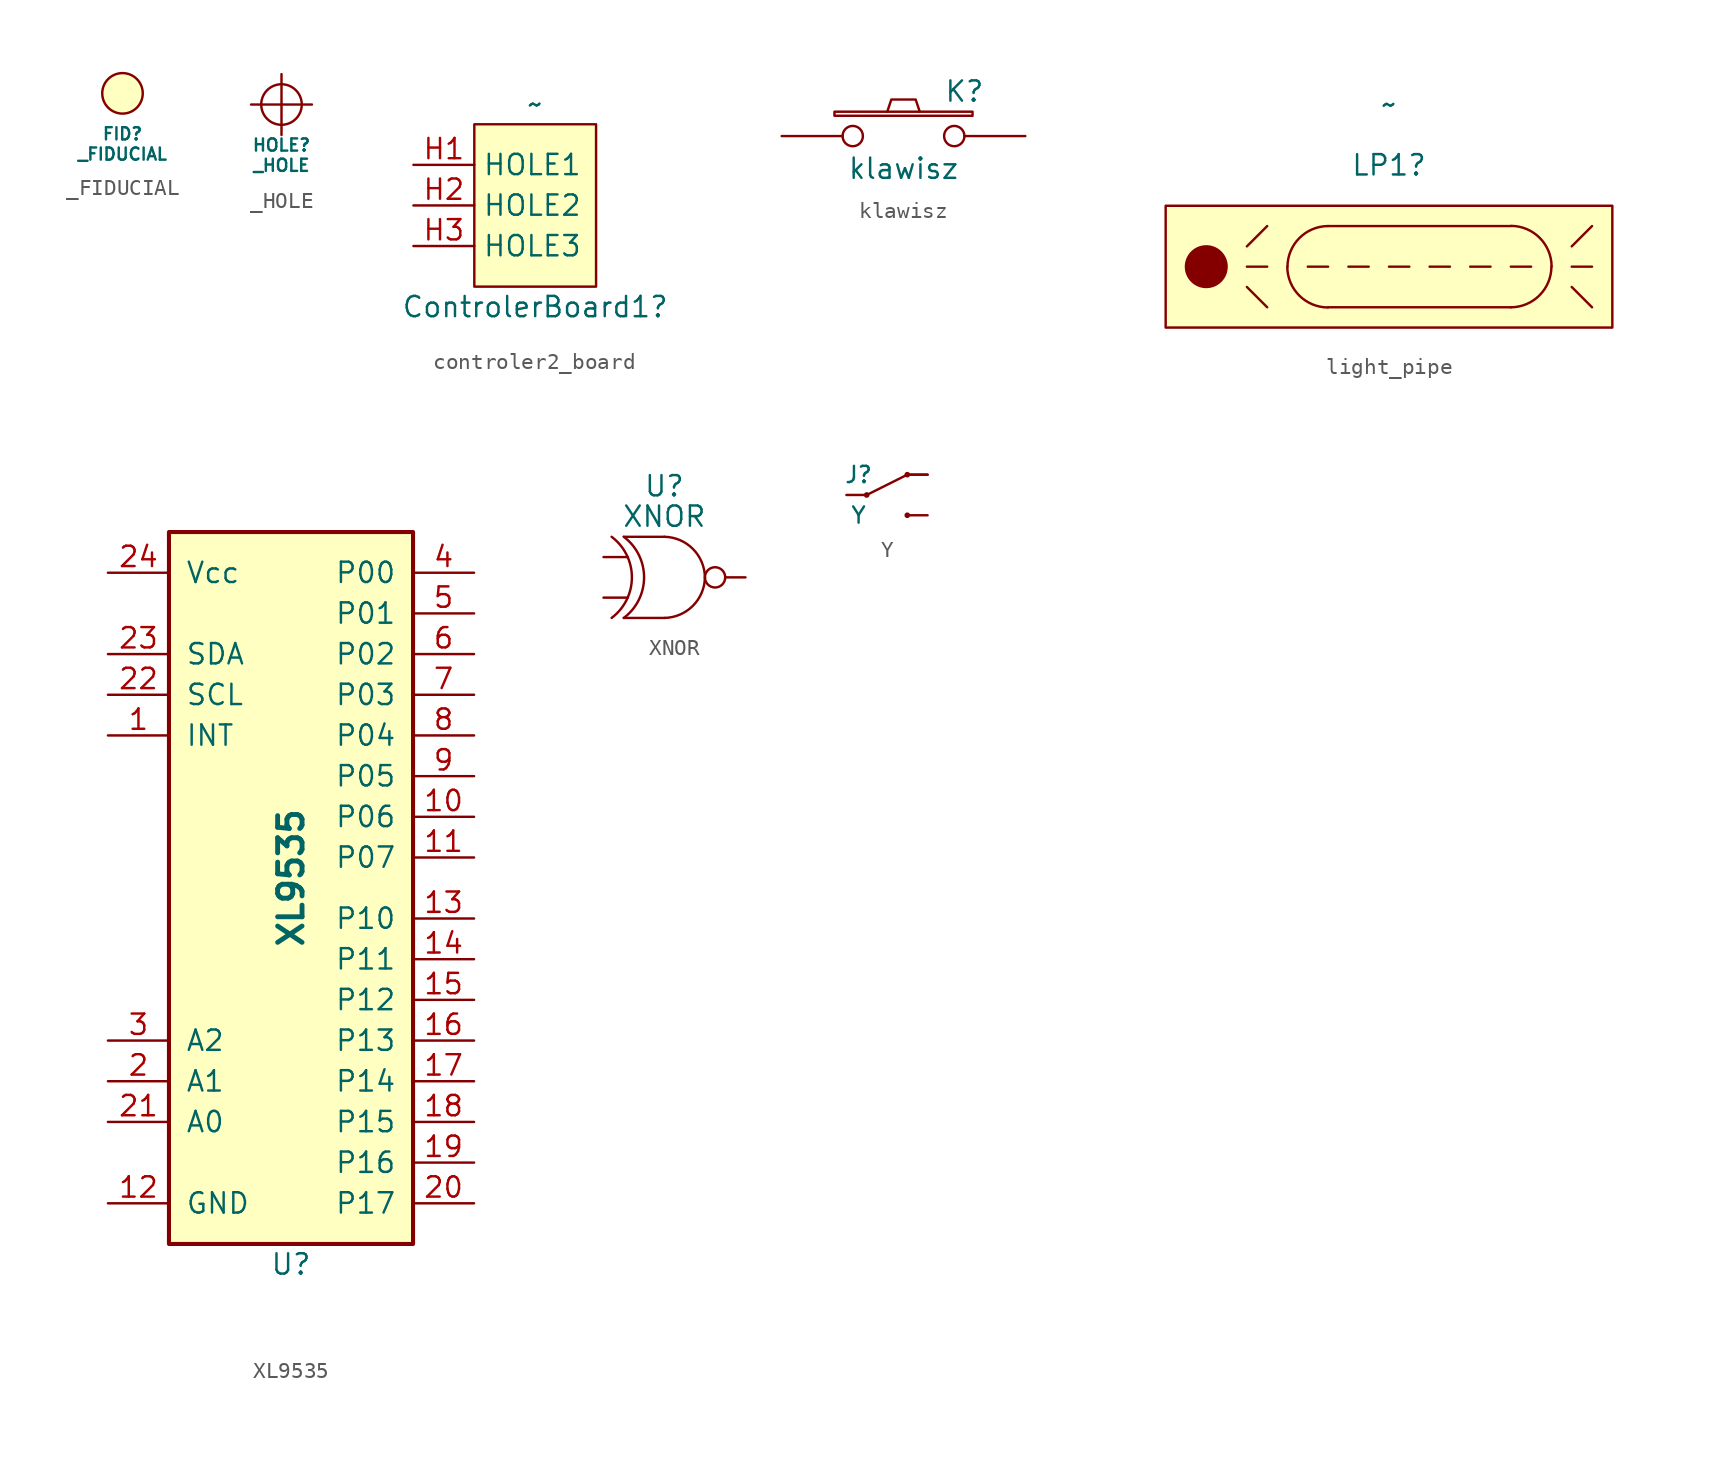
<source format=kicad_sym>
(kicad_symbol_lib
  (version 20231120)
  (generator "kicad_symbol_editor")
  (generator_version "8.0")
  (symbol "_FIDUCIAL"
    (pin_names
      (offset 1.016))
    (property "Reference" "FID"
      (at 0 -2.54 0)
      (effects (font (size 0.762 0.762))))
    (property "Value" "_FIDUCIAL"
      (at 0 -3.81 0)
      (effects (font (size 0.762 0.762))))
    (property "Datasheet" ""
      (at 0 0 0)
      (effects (font (size 1.524 1.524))))
    (symbol "_FIDUCIAL_0_1"
      (circle (center 0 0) (radius 1.27) (stroke (width 0) (type default)) (fill (type background)))))
  (symbol "_HOLE"
    (pin_names
      (offset 1.016))
    (property "Reference" "HOLE"
      (at 0 -2.54 0)
      (effects (font (size 0.762 0.762))))
    (property "Value" "_HOLE"
      (at 0 -3.81 0)
      (effects (font (size 0.762 0.762))))
    (property "Footprint" ""
      (at 0 0 0)
      (effects (font (size 1.524 1.524))))
    (property "Datasheet" ""
      (at 0 0 0)
      (effects (font (size 1.524 1.524))))
    (symbol "_HOLE_0_1"
      (polyline (pts (xy -1.905 0) (xy 1.905 0)) (stroke (width 0) (type default)) (fill (type none)))
      (polyline (pts (xy 0 -1.905) (xy 0 1.905)) (stroke (width 0) (type default)) (fill (type none)))
      (circle (center 0 0) (radius 1.27) (stroke (width 0) (type default)) (fill (type none)))))
  (symbol "controler2_board"
    (property "Reference" "ControlerBoard1"
      (at 0 -6.35 0)
      (effects (font (size 1.27 1.27))))
    (property "Value" "~"
      (at 0 6.35 0)
      (effects (font (size 1.27 1.27))))
    (symbol "controler2_board_1_1"
      (rectangle (start -3.81 5.08) (end 3.81 -5.08) (stroke (width 0) (type default)) (fill (type background)))
      (pin passive line (at -7.62 2.54 0) (length 3.81) (name "HOLE1" (effects (font (size 1.27 1.27)))) (number "H1" (effects (font (size 1.27 1.27)))))
      (pin passive line (at -7.62 0 0) (length 3.81) (name "HOLE2" (effects (font (size 1.27 1.27)))) (number "H2" (effects (font (size 1.27 1.27)))))
      (pin passive line (at -7.62 -2.54 0) (length 3.81) (name "HOLE3" (effects (font (size 1.27 1.27)))) (number "H3" (effects (font (size 1.27 1.27)))))))
  (symbol "klawisz"
    (pin_numbers hide)
    (pin_names
      (offset 1.016) hide)
    (property "Reference" "K"
      (at 3.81 2.794 0)
      (effects (font (size 1.27 1.27))))
    (property "Value" "klawisz"
      (at 0 -2.032 0)
      (effects (font (size 1.27 1.27))))
    (property "Footprint" ""
      (at 0 0 0)
      (effects (font (size 1.524 1.524))))
    (property "Datasheet" ""
      (at 0 0 0)
      (effects (font (size 1.524 1.524))))
    (symbol "klawisz_0_1"
      (rectangle (start -4.318 1.27) (end 4.318 1.524) (stroke (width 0) (type default)) (fill (type none)))
      (polyline (pts (xy -1.016 1.524) (xy -0.762 2.286) (xy 0.762 2.286) (xy 1.016 1.524)) (stroke (width 0) (type default)) (fill (type none)))
      (pin passive inverted (at -7.62 0 0) (length 5.08) (name "1" (effects (font (size 1.524 1.524)))) (number "1" (effects (font (size 1.524 1.524)))))
      (pin passive inverted (at 7.62 0 180) (length 5.08) (name "2" (effects (font (size 1.524 1.524)))) (number "2" (effects (font (size 1.524 1.524)))))))
  (symbol "light_pipe"
    (property "Reference" "LP1"
      (at 0 6.35 0)
      (effects (font (size 1.27 1.27))))
    (property "Value" "~"
      (at 0 10.16 0)
      (effects (font (size 1.27 1.27))))
    (symbol "light_pipe_0_1"
      (arc (start -6.362 -0.012) (mid -5.6146 -1.8046) (end -3.822 -2.552) (stroke (width 0) (type default)) (fill (type none)))
      (arc (start -3.81 2.54) (mid -5.6026 1.7926) (end -6.35 0) (stroke (width 0) (type default)) (fill (type none)))
      (polyline (pts (xy -8.89 -1.27) (xy -7.62 -2.54)) (stroke (width 0) (type default)) (fill (type none)))
      (polyline (pts (xy -8.89 0) (xy -7.62 0)) (stroke (width 0) (type default)) (fill (type none)))
      (polyline (pts (xy -8.89 1.27) (xy -7.62 2.54)) (stroke (width 0) (type default)) (fill (type none)))
      (polyline (pts (xy -5.08 0) (xy -3.81 0)) (stroke (width 0) (type default)) (fill (type none)))
      (polyline (pts (xy -3.81 2.54) (xy 7.62 2.54)) (stroke (width 0) (type default)) (fill (type none)))
      (polyline (pts (xy -2.54 0) (xy -1.27 0)) (stroke (width 0) (type default)) (fill (type none)))
      (polyline (pts (xy 0 0) (xy 1.27 0)) (stroke (width 0) (type default)) (fill (type none)))
      (polyline (pts (xy 2.54 0) (xy 3.81 0)) (stroke (width 0) (type default)) (fill (type none)))
      (polyline (pts (xy 5.08 0) (xy 6.35 0)) (stroke (width 0) (type default)) (fill (type none)))
      (polyline (pts (xy 7.62 -2.54) (xy -3.81 -2.54)) (stroke (width 0) (type default)) (fill (type none)))
      (polyline (pts (xy 7.62 0) (xy 8.89 0)) (stroke (width 0) (type default)) (fill (type none)))
      (polyline (pts (xy 11.43 -1.27) (xy 12.7 -2.54)) (stroke (width 0) (type default)) (fill (type none)))
      (polyline (pts (xy 11.43 0) (xy 12.7 0)) (stroke (width 0) (type default)) (fill (type none)))
      (polyline (pts (xy 11.43 1.27) (xy 12.7 2.54)) (stroke (width 0) (type default)) (fill (type none)))
      (arc (start 7.62 -2.54) (mid 9.4126 -1.7926) (end 10.16 0) (stroke (width 0) (type default)) (fill (type none)))
      (arc (start 10.172 0.012) (mid 9.4246 1.8046) (end 7.632 2.552) (stroke (width 0) (type default)) (fill (type none))))
    (symbol "light_pipe_1_1"
      (rectangle (start -13.97 3.81) (end 13.97 -3.81) (stroke (width 0) (type default)) (fill (type background)))
      (circle (center -11.43 0) (radius 1.27) (stroke (width 0) (type default)) (fill (type outline)))))
  (symbol "XL9535"
    (pin_names
      (offset 1.016))
    (property "Reference" "U"
      (at 0 -24.13 0)
      (effects (font (size 1.27 1.27))))
    (property "Value" "XL9535"
      (at 0 0 90)
      (effects (font (size 1.524 1.524) (bold yes))))
    (symbol "XL9535_0_1"
      (rectangle (start -7.62 21.59) (end 7.62 -22.86) (stroke (width 0.254) (type default)) (fill (type background))))
    (symbol "XL9535_1_1"
      (pin passive line (at -11.43 8.89 0) (length 3.81) (name "INT" (effects (font (size 1.27 1.27)))) (number "1" (effects (font (size 1.27 1.27)))))
      (pin passive line (at 11.43 3.81 180) (length 3.81) (name "P06" (effects (font (size 1.27 1.27)))) (number "10" (effects (font (size 1.27 1.27)))))
      (pin passive line (at 11.43 1.27 180) (length 3.81) (name "P07" (effects (font (size 1.27 1.27)))) (number "11" (effects (font (size 1.27 1.27)))))
      (pin passive line (at -11.43 -20.32 0) (length 3.81) (name "GND" (effects (font (size 1.27 1.27)))) (number "12" (effects (font (size 1.27 1.27)))))
      (pin passive line (at 11.43 -2.54 180) (length 3.81) (name "P10" (effects (font (size 1.27 1.27)))) (number "13" (effects (font (size 1.27 1.27)))))
      (pin passive line (at 11.43 -5.08 180) (length 3.81) (name "P11" (effects (font (size 1.27 1.27)))) (number "14" (effects (font (size 1.27 1.27)))))
      (pin passive line (at 11.43 -7.62 180) (length 3.81) (name "P12" (effects (font (size 1.27 1.27)))) (number "15" (effects (font (size 1.27 1.27)))))
      (pin passive line (at 11.43 -10.16 180) (length 3.81) (name "P13" (effects (font (size 1.27 1.27)))) (number "16" (effects (font (size 1.27 1.27)))))
      (pin passive line (at 11.43 -12.7 180) (length 3.81) (name "P14" (effects (font (size 1.27 1.27)))) (number "17" (effects (font (size 1.27 1.27)))))
      (pin passive line (at 11.43 -15.24 180) (length 3.81) (name "P15" (effects (font (size 1.27 1.27)))) (number "18" (effects (font (size 1.27 1.27)))))
      (pin passive line (at 11.43 -17.78 180) (length 3.81) (name "P16" (effects (font (size 1.27 1.27)))) (number "19" (effects (font (size 1.27 1.27)))))
      (pin passive line (at -11.43 -12.7 0) (length 3.81) (name "A1" (effects (font (size 1.27 1.27)))) (number "2" (effects (font (size 1.27 1.27)))))
      (pin passive line (at 11.43 -20.32 180) (length 3.81) (name "P17" (effects (font (size 1.27 1.27)))) (number "20" (effects (font (size 1.27 1.27)))))
      (pin passive line (at -11.43 -15.24 0) (length 3.81) (name "A0" (effects (font (size 1.27 1.27)))) (number "21" (effects (font (size 1.27 1.27)))))
      (pin passive line (at -11.43 11.43 0) (length 3.81) (name "SCL" (effects (font (size 1.27 1.27)))) (number "22" (effects (font (size 1.27 1.27)))))
      (pin passive line (at -11.43 13.97 0) (length 3.81) (name "SDA" (effects (font (size 1.27 1.27)))) (number "23" (effects (font (size 1.27 1.27)))))
      (pin passive line (at -11.43 19.05 0) (length 3.81) (name "Vcc" (effects (font (size 1.27 1.27)))) (number "24" (effects (font (size 1.27 1.27)))))
      (pin passive line (at -11.43 -10.16 0) (length 3.81) (name "A2" (effects (font (size 1.27 1.27)))) (number "3" (effects (font (size 1.27 1.27)))))
      (pin passive line (at 11.43 19.05 180) (length 3.81) (name "P00" (effects (font (size 1.27 1.27)))) (number "4" (effects (font (size 1.27 1.27)))))
      (pin passive line (at 11.43 16.51 180) (length 3.81) (name "P01" (effects (font (size 1.27 1.27)))) (number "5" (effects (font (size 1.27 1.27)))))
      (pin passive line (at 11.43 13.97 180) (length 3.81) (name "P02" (effects (font (size 1.27 1.27)))) (number "6" (effects (font (size 1.27 1.27)))))
      (pin passive line (at 11.43 11.43 180) (length 3.81) (name "P03" (effects (font (size 1.27 1.27)))) (number "7" (effects (font (size 1.27 1.27)))))
      (pin passive line (at 11.43 8.89 180) (length 3.81) (name "P04" (effects (font (size 1.27 1.27)))) (number "8" (effects (font (size 1.27 1.27)))))
      (pin passive line (at 11.43 6.35 180) (length 3.81) (name "P05" (effects (font (size 1.27 1.27)))) (number "9" (effects (font (size 1.27 1.27)))))))
  (symbol "XNOR"
    (pin_numbers hide)
    (pin_names
      (offset 0) hide)
    (property "Reference" "U"
      (at 0 5.715 0)
      (effects (font (size 1.27 1.27))))
    (property "Value" "XNOR"
      (at 0 3.81 0)
      (effects (font (size 1.27 1.27))))
    (property "Footprint" ""
      (at 0 0 0)
      (effects (font (size 1.524 1.524))))
    (property "Datasheet" ""
      (at 0 0 0)
      (effects (font (size 1.524 1.524))))
    (symbol "XNOR_0_0"
      (arc (start -3.302 -2.54) (mid -2.032 0) (end -3.302 2.54) (stroke (width 0) (type default)) (fill (type none)))
      (arc (start -2.54 -2.54) (mid -1.27 0) (end -2.54 2.54) (stroke (width 0) (type default)) (fill (type none)))
      (arc (start 0 -2.54) (mid 1.7834 -1.7834) (end 2.54 0) (stroke (width 0) (type default)) (fill (type none)))
      (polyline (pts (xy -2.54 -2.54) (xy 0 -2.54)) (stroke (width 0) (type default)) (fill (type none)))
      (polyline (pts (xy 0 2.54) (xy -2.54 2.54)) (stroke (width 0) (type default)) (fill (type none)))
      (arc (start 2.54 0) (mid 1.7834 1.7834) (end 0 2.54) (stroke (width 0) (type default)) (fill (type none))))
    (symbol "XNOR_0_1"
      (circle (center 3.175 0) (radius 0.635) (stroke (width 0) (type default)) (fill (type none))))
    (symbol "XNOR_1_1"
      (pin input line (at -3.81 -1.27 0) (length 1.524) (name "~" (effects (font (size 1.27 1.27)))) (number "~" (effects (font (size 1.27 1.27)))))
      (pin input line (at -3.81 1.27 0) (length 1.524) (name "~" (effects (font (size 1.27 1.27)))) (number "~" (effects (font (size 1.27 1.27)))))
      (pin input line (at 5.08 0 180) (length 1.27) (name "~" (effects (font (size 1.27 1.27)))) (number "~" (effects (font (size 1.27 1.27)))))))
  (symbol "Y"
    (pin_numbers hide)
    (pin_names
      (offset 0) hide)
    (property "Reference" "J"
      (at -1.778 1.27 0)
      (effects (font (size 1.016 1.016))))
    (property "Value" "Y"
      (at -1.778 -1.27 0)
      (effects (font (size 1.016 1.016))))
    (property "Footprint" ""
      (at 0 0 0)
      (effects (font (size 1.524 1.524))))
    (property "Datasheet" ""
      (at 0 0 0)
      (effects (font (size 1.524 1.524))))
    (symbol "Y_0_1"
      (circle (center -1.27 0) (radius 0.102) (stroke (width 0) (type default)) (fill (type none)))
      (polyline (pts (xy -2.54 0) (xy -1.27 0) (xy -1.27 0)) (stroke (width 0.051) (type default)) (fill (type none)))
      (polyline (pts (xy 1.27 -1.27) (xy 2.54 -1.27) (xy 2.54 -1.27) (xy 2.54 -1.27)) (stroke (width 0.051) (type default)) (fill (type none)))
      (polyline (pts (xy -1.27 0) (xy 1.27 1.27) (xy 1.27 1.27) (xy 2.54 1.27) (xy 2.54 1.27)) (stroke (width 0) (type default)) (fill (type none)))
      (circle (center 1.27 -1.27) (radius 0.102) (stroke (width 0) (type default)) (fill (type outline)))
      (circle (center 1.27 1.27) (radius 0.102) (stroke (width 0) (type default)) (fill (type outline))))
    (symbol "Y_1_1"
      (pin passive line (at 2.54 -1.27 180) (length 1.27) (name "~" (effects (font (size 1.27 1.27)))) (number "1" (effects (font (size 0.762 0.762)))))
      (pin passive line (at -2.54 0 0) (length 1.27) (name "~" (effects (font (size 1.27 1.27)))) (number "2" (effects (font (size 0.762 0.762)))))
      (pin passive line (at 2.54 1.27 180) (length 1.27) (name "~" (effects (font (size 1.27 1.27)))) (number "3" (effects (font (size 0.762 0.762))))))))
</source>
